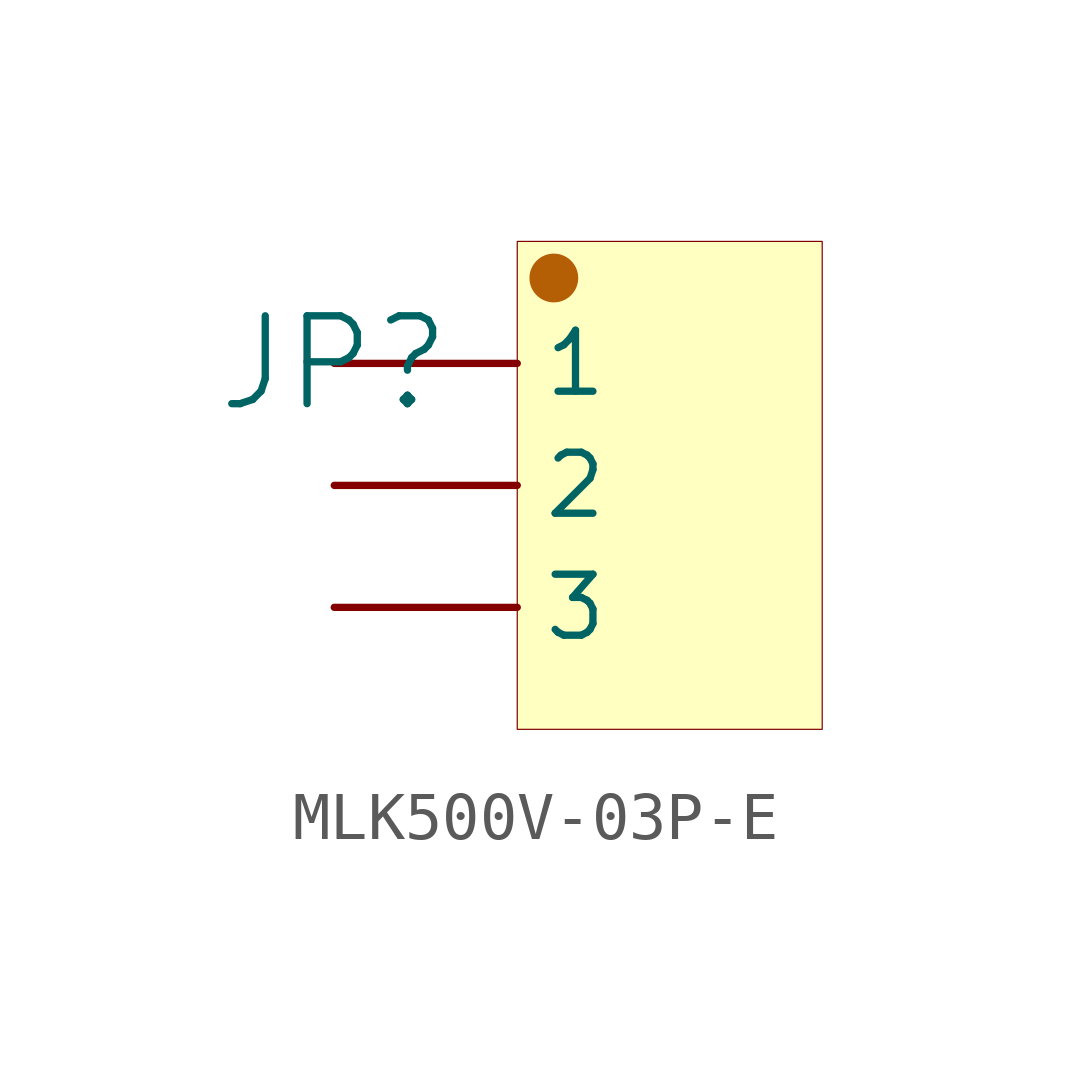
<source format=kicad_sym>
(kicad_symbol_lib
  (version 20241209)
  (generator "kicad_symbol_editor")
  (generator_version "9.0")
  (symbol "MLK500V-03P-E"
    (pin_numbers
      (hide yes))
    (property "Reference" "JP"
      (at 0 0 0)
      (effects (font (size 1.829 1.829))))
    (property "Value" "${VALUE}"
      (at 0 -12.7 0)
      (effects (font (size 1.829 1.829)) (justify left bottom) (hide yes)))
    (symbol "MLK500V-03P-E_1_0"
      (circle (center 4.572 1.778) (radius 0.508) (stroke (width -0.0001) (type solid) (color 180 95 6 1)) (fill (type outline)))
      (rectangle (start 10.16 2.54) (end 3.81 -7.62) (stroke (width 0.025) (type solid) (color 128 0 0 1)) (fill (type background)))
      (pin passive line (at 0 0 0) (length 3.81) (name "1" (effects (font (size 1.27 1.27)))) (number "1" (effects (font (size 1.27 1.27)))))
      (pin passive line (at 0 -2.54 0) (length 3.81) (name "2" (effects (font (size 1.27 1.27)))) (number "2" (effects (font (size 1.27 1.27)))))
      (pin passive line (at 0 -5.08 0) (length 3.81) (name "3" (effects (font (size 1.27 1.27)))) (number "3" (effects (font (size 1.27 1.27))))))))
</source>
